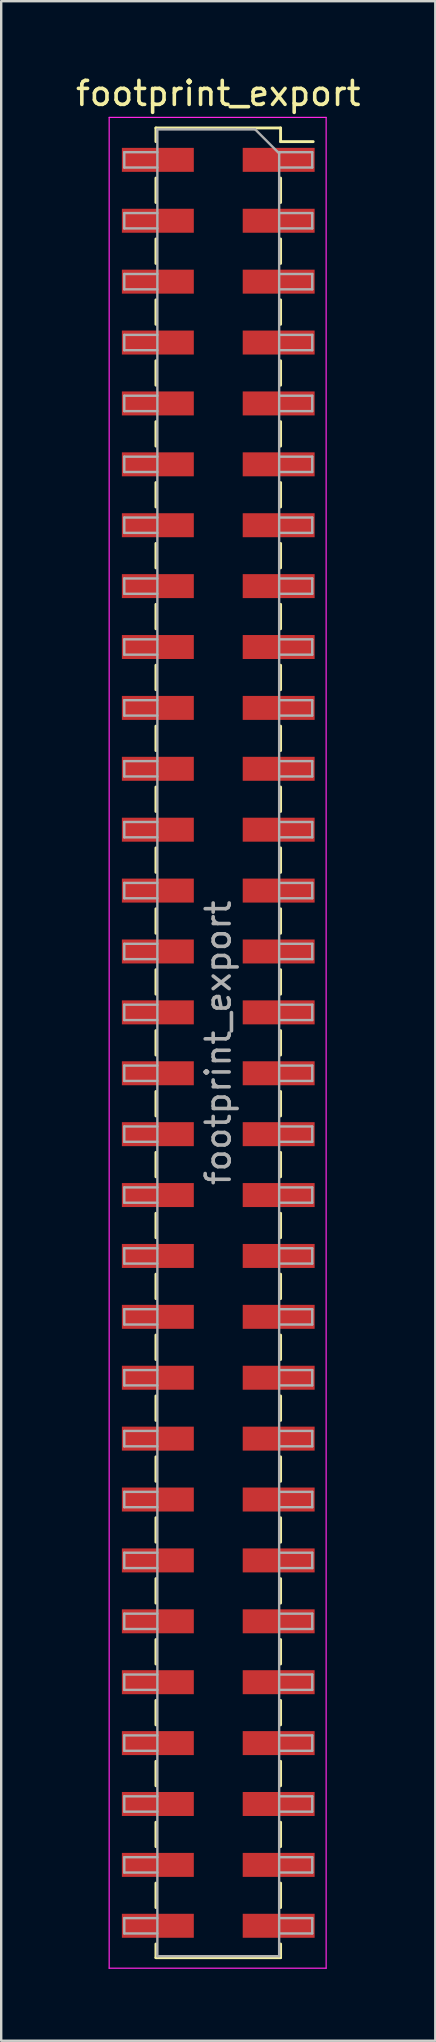
<source format=kicad_pcb>
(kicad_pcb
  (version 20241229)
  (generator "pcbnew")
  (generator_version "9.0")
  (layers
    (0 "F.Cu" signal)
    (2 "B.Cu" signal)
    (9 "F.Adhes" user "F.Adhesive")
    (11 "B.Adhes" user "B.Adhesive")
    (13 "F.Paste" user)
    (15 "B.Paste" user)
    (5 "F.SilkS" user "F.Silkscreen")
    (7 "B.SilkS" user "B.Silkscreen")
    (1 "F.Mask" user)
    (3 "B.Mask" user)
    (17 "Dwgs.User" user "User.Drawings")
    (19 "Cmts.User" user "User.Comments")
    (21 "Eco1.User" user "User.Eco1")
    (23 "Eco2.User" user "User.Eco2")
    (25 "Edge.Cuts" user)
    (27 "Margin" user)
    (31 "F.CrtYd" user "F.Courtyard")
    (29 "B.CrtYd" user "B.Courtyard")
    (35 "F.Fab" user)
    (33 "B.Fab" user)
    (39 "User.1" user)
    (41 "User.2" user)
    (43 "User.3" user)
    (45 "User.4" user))
  (footprint "footprint_export"
    (layer "F.Cu")
    (at 6.054 40.448)
    (property "Reference" "footprint_export" (at 0 -39.6 0) (layer "F.SilkS") (effects (font (size 1 1) (thickness 0.15))))
    (attr smd)
    (fp_line (start -2.6 -38.16) (end -2.6 -37.59) (stroke (width 0.12) (type solid)) (layer "F.SilkS"))
    (fp_line (start -2.6 -38.16) (end 2.6 -38.16) (stroke (width 0.12) (type solid)) (layer "F.SilkS"))
    (fp_line (start -2.6 -36.07) (end -2.6 -35.05) (stroke (width 0.12) (type solid)) (layer "F.SilkS"))
    (fp_line (start -2.6 -33.53) (end -2.6 -32.51) (stroke (width 0.12) (type solid)) (layer "F.SilkS"))
    (fp_line (start -2.6 -30.99) (end -2.6 -29.97) (stroke (width 0.12) (type solid)) (layer "F.SilkS"))
    (fp_line (start -2.6 -28.45) (end -2.6 -27.43) (stroke (width 0.12) (type solid)) (layer "F.SilkS"))
    (fp_line (start -2.6 -25.91) (end -2.6 -24.89) (stroke (width 0.12) (type solid)) (layer "F.SilkS"))
    (fp_line (start -2.6 -23.37) (end -2.6 -22.35) (stroke (width 0.12) (type solid)) (layer "F.SilkS"))
    (fp_line (start -2.6 -20.83) (end -2.6 -19.81) (stroke (width 0.12) (type solid)) (layer "F.SilkS"))
    (fp_line (start -2.6 -18.29) (end -2.6 -17.27) (stroke (width 0.12) (type solid)) (layer "F.SilkS"))
    (fp_line (start -2.6 -15.75) (end -2.6 -14.73) (stroke (width 0.12) (type solid)) (layer "F.SilkS"))
    (fp_line (start -2.6 -13.21) (end -2.6 -12.19) (stroke (width 0.12) (type solid)) (layer "F.SilkS"))
    (fp_line (start -2.6 -10.67) (end -2.6 -9.65) (stroke (width 0.12) (type solid)) (layer "F.SilkS"))
    (fp_line (start -2.6 -8.13) (end -2.6 -7.11) (stroke (width 0.12) (type solid)) (layer "F.SilkS"))
    (fp_line (start -2.6 -5.59) (end -2.6 -4.57) (stroke (width 0.12) (type solid)) (layer "F.SilkS"))
    (fp_line (start -2.6 -3.05) (end -2.6 -2.03) (stroke (width 0.12) (type solid)) (layer "F.SilkS"))
    (fp_line (start -2.6 -0.51) (end -2.6 0.51) (stroke (width 0.12) (type solid)) (layer "F.SilkS"))
    (fp_line (start -2.6 2.03) (end -2.6 3.05) (stroke (width 0.12) (type solid)) (layer "F.SilkS"))
    (fp_line (start -2.6 4.57) (end -2.6 5.59) (stroke (width 0.12) (type solid)) (layer "F.SilkS"))
    (fp_line (start -2.6 7.11) (end -2.6 8.13) (stroke (width 0.12) (type solid)) (layer "F.SilkS"))
    (fp_line (start -2.6 9.65) (end -2.6 10.67) (stroke (width 0.12) (type solid)) (layer "F.SilkS"))
    (fp_line (start -2.6 12.19) (end -2.6 13.21) (stroke (width 0.12) (type solid)) (layer "F.SilkS"))
    (fp_line (start -2.6 14.73) (end -2.6 15.75) (stroke (width 0.12) (type solid)) (layer "F.SilkS"))
    (fp_line (start -2.6 17.27) (end -2.6 18.29) (stroke (width 0.12) (type solid)) (layer "F.SilkS"))
    (fp_line (start -2.6 19.81) (end -2.6 20.83) (stroke (width 0.12) (type solid)) (layer "F.SilkS"))
    (fp_line (start -2.6 22.35) (end -2.6 23.37) (stroke (width 0.12) (type solid)) (layer "F.SilkS"))
    (fp_line (start -2.6 24.89) (end -2.6 25.91) (stroke (width 0.12) (type solid)) (layer "F.SilkS"))
    (fp_line (start -2.6 27.43) (end -2.6 28.45) (stroke (width 0.12) (type solid)) (layer "F.SilkS"))
    (fp_line (start -2.6 29.97) (end -2.6 30.99) (stroke (width 0.12) (type solid)) (layer "F.SilkS"))
    (fp_line (start -2.6 32.51) (end -2.6 33.53) (stroke (width 0.12) (type solid)) (layer "F.SilkS"))
    (fp_line (start -2.6 35.05) (end -2.6 36.07) (stroke (width 0.12) (type solid)) (layer "F.SilkS"))
    (fp_line (start -2.6 37.59) (end -2.6 38.16) (stroke (width 0.12) (type solid)) (layer "F.SilkS"))
    (fp_line (start -2.6 38.16) (end 2.6 38.16) (stroke (width 0.12) (type solid)) (layer "F.SilkS"))
    (fp_line (start 2.6 -38.16) (end 2.6 -37.59) (stroke (width 0.12) (type solid)) (layer "F.SilkS"))
    (fp_line (start 2.6 -37.59) (end 3.96 -37.59) (stroke (width 0.12) (type solid)) (layer "F.SilkS"))
    (fp_line (start 2.6 -36.07) (end 2.6 -35.05) (stroke (width 0.12) (type solid)) (layer "F.SilkS"))
    (fp_line (start 2.6 -33.53) (end 2.6 -32.51) (stroke (width 0.12) (type solid)) (layer "F.SilkS"))
    (fp_line (start 2.6 -30.99) (end 2.6 -29.97) (stroke (width 0.12) (type solid)) (layer "F.SilkS"))
    (fp_line (start 2.6 -28.45) (end 2.6 -27.43) (stroke (width 0.12) (type solid)) (layer "F.SilkS"))
    (fp_line (start 2.6 -25.91) (end 2.6 -24.89) (stroke (width 0.12) (type solid)) (layer "F.SilkS"))
    (fp_line (start 2.6 -23.37) (end 2.6 -22.35) (stroke (width 0.12) (type solid)) (layer "F.SilkS"))
    (fp_line (start 2.6 -20.83) (end 2.6 -19.81) (stroke (width 0.12) (type solid)) (layer "F.SilkS"))
    (fp_line (start 2.6 -18.29) (end 2.6 -17.27) (stroke (width 0.12) (type solid)) (layer "F.SilkS"))
    (fp_line (start 2.6 -15.75) (end 2.6 -14.73) (stroke (width 0.12) (type solid)) (layer "F.SilkS"))
    (fp_line (start 2.6 -13.21) (end 2.6 -12.19) (stroke (width 0.12) (type solid)) (layer "F.SilkS"))
    (fp_line (start 2.6 -10.67) (end 2.6 -9.65) (stroke (width 0.12) (type solid)) (layer "F.SilkS"))
    (fp_line (start 2.6 -8.13) (end 2.6 -7.11) (stroke (width 0.12) (type solid)) (layer "F.SilkS"))
    (fp_line (start 2.6 -5.59) (end 2.6 -4.57) (stroke (width 0.12) (type solid)) (layer "F.SilkS"))
    (fp_line (start 2.6 -3.05) (end 2.6 -2.03) (stroke (width 0.12) (type solid)) (layer "F.SilkS"))
    (fp_line (start 2.6 -0.51) (end 2.6 0.51) (stroke (width 0.12) (type solid)) (layer "F.SilkS"))
    (fp_line (start 2.6 2.03) (end 2.6 3.05) (stroke (width 0.12) (type solid)) (layer "F.SilkS"))
    (fp_line (start 2.6 4.57) (end 2.6 5.59) (stroke (width 0.12) (type solid)) (layer "F.SilkS"))
    (fp_line (start 2.6 7.11) (end 2.6 8.13) (stroke (width 0.12) (type solid)) (layer "F.SilkS"))
    (fp_line (start 2.6 9.65) (end 2.6 10.67) (stroke (width 0.12) (type solid)) (layer "F.SilkS"))
    (fp_line (start 2.6 12.19) (end 2.6 13.21) (stroke (width 0.12) (type solid)) (layer "F.SilkS"))
    (fp_line (start 2.6 14.73) (end 2.6 15.75) (stroke (width 0.12) (type solid)) (layer "F.SilkS"))
    (fp_line (start 2.6 17.27) (end 2.6 18.29) (stroke (width 0.12) (type solid)) (layer "F.SilkS"))
    (fp_line (start 2.6 19.81) (end 2.6 20.83) (stroke (width 0.12) (type solid)) (layer "F.SilkS"))
    (fp_line (start 2.6 22.35) (end 2.6 23.37) (stroke (width 0.12) (type solid)) (layer "F.SilkS"))
    (fp_line (start 2.6 24.89) (end 2.6 25.91) (stroke (width 0.12) (type solid)) (layer "F.SilkS"))
    (fp_line (start 2.6 27.43) (end 2.6 28.45) (stroke (width 0.12) (type solid)) (layer "F.SilkS"))
    (fp_line (start 2.6 29.97) (end 2.6 30.99) (stroke (width 0.12) (type solid)) (layer "F.SilkS"))
    (fp_line (start 2.6 32.51) (end 2.6 33.53) (stroke (width 0.12) (type solid)) (layer "F.SilkS"))
    (fp_line (start 2.6 35.05) (end 2.6 36.07) (stroke (width 0.12) (type solid)) (layer "F.SilkS"))
    (fp_line (start 2.6 37.59) (end 2.6 38.16) (stroke (width 0.12) (type solid)) (layer "F.SilkS"))
    (fp_line (start -4.55 -38.6) (end 4.5 -38.6) (stroke (width 0.05) (type solid)) (layer "F.CrtYd"))
    (fp_line (start -4.55 38.6) (end -4.55 -38.6) (stroke (width 0.05) (type solid)) (layer "F.CrtYd"))
    (fp_line (start 4.5 -38.6) (end 4.5 38.6) (stroke (width 0.05) (type solid)) (layer "F.CrtYd"))
    (fp_line (start 4.5 38.6) (end -4.55 38.6) (stroke (width 0.05) (type solid)) (layer "F.CrtYd"))
    (fp_line (start -3.92 -37.15) (end -2.54 -37.15) (stroke (width 0.1) (type solid)) (layer "F.Fab"))
    (fp_line (start -3.92 -36.51) (end -3.92 -37.15) (stroke (width 0.1) (type solid)) (layer "F.Fab"))
    (fp_line (start -3.92 -34.61) (end -2.54 -34.61) (stroke (width 0.1) (type solid)) (layer "F.Fab"))
    (fp_line (start -3.92 -33.97) (end -3.92 -34.61) (stroke (width 0.1) (type solid)) (layer "F.Fab"))
    (fp_line (start -3.92 -32.07) (end -2.54 -32.07) (stroke (width 0.1) (type solid)) (layer "F.Fab"))
    (fp_line (start -3.92 -31.43) (end -3.92 -32.07) (stroke (width 0.1) (type solid)) (layer "F.Fab"))
    (fp_line (start -3.92 -29.53) (end -2.54 -29.53) (stroke (width 0.1) (type solid)) (layer "F.Fab"))
    (fp_line (start -3.92 -28.89) (end -3.92 -29.53) (stroke (width 0.1) (type solid)) (layer "F.Fab"))
    (fp_line (start -3.92 -26.99) (end -2.54 -26.99) (stroke (width 0.1) (type solid)) (layer "F.Fab"))
    (fp_line (start -3.92 -26.35) (end -3.92 -26.99) (stroke (width 0.1) (type solid)) (layer "F.Fab"))
    (fp_line (start -3.92 -24.45) (end -2.54 -24.45) (stroke (width 0.1) (type solid)) (layer "F.Fab"))
    (fp_line (start -3.92 -23.81) (end -3.92 -24.45) (stroke (width 0.1) (type solid)) (layer "F.Fab"))
    (fp_line (start -3.92 -21.91) (end -2.54 -21.91) (stroke (width 0.1) (type solid)) (layer "F.Fab"))
    (fp_line (start -3.92 -21.27) (end -3.92 -21.91) (stroke (width 0.1) (type solid)) (layer "F.Fab"))
    (fp_line (start -3.92 -19.37) (end -2.54 -19.37) (stroke (width 0.1) (type solid)) (layer "F.Fab"))
    (fp_line (start -3.92 -18.73) (end -3.92 -19.37) (stroke (width 0.1) (type solid)) (layer "F.Fab"))
    (fp_line (start -3.92 -16.83) (end -2.54 -16.83) (stroke (width 0.1) (type solid)) (layer "F.Fab"))
    (fp_line (start -3.92 -16.19) (end -3.92 -16.83) (stroke (width 0.1) (type solid)) (layer "F.Fab"))
    (fp_line (start -3.92 -14.29) (end -2.54 -14.29) (stroke (width 0.1) (type solid)) (layer "F.Fab"))
    (fp_line (start -3.92 -13.65) (end -3.92 -14.29) (stroke (width 0.1) (type solid)) (layer "F.Fab"))
    (fp_line (start -3.92 -11.75) (end -2.54 -11.75) (stroke (width 0.1) (type solid)) (layer "F.Fab"))
    (fp_line (start -3.92 -11.11) (end -3.92 -11.75) (stroke (width 0.1) (type solid)) (layer "F.Fab"))
    (fp_line (start -3.92 -9.21) (end -2.54 -9.21) (stroke (width 0.1) (type solid)) (layer "F.Fab"))
    (fp_line (start -3.92 -8.57) (end -3.92 -9.21) (stroke (width 0.1) (type solid)) (layer "F.Fab"))
    (fp_line (start -3.92 -6.67) (end -2.54 -6.67) (stroke (width 0.1) (type solid)) (layer "F.Fab"))
    (fp_line (start -3.92 -6.03) (end -3.92 -6.67) (stroke (width 0.1) (type solid)) (layer "F.Fab"))
    (fp_line (start -3.92 -4.13) (end -2.54 -4.13) (stroke (width 0.1) (type solid)) (layer "F.Fab"))
    (fp_line (start -3.92 -3.49) (end -3.92 -4.13) (stroke (width 0.1) (type solid)) (layer "F.Fab"))
    (fp_line (start -3.92 -1.59) (end -2.54 -1.59) (stroke (width 0.1) (type solid)) (layer "F.Fab"))
    (fp_line (start -3.92 -0.95) (end -3.92 -1.59) (stroke (width 0.1) (type solid)) (layer "F.Fab"))
    (fp_line (start -3.92 0.95) (end -2.54 0.95) (stroke (width 0.1) (type solid)) (layer "F.Fab"))
    (fp_line (start -3.92 1.59) (end -3.92 0.95) (stroke (width 0.1) (type solid)) (layer "F.Fab"))
    (fp_line (start -3.92 3.49) (end -2.54 3.49) (stroke (width 0.1) (type solid)) (layer "F.Fab"))
    (fp_line (start -3.92 4.13) (end -3.92 3.49) (stroke (width 0.1) (type solid)) (layer "F.Fab"))
    (fp_line (start -3.92 6.03) (end -2.54 6.03) (stroke (width 0.1) (type solid)) (layer "F.Fab"))
    (fp_line (start -3.92 6.67) (end -3.92 6.03) (stroke (width 0.1) (type solid)) (layer "F.Fab"))
    (fp_line (start -3.92 8.57) (end -2.54 8.57) (stroke (width 0.1) (type solid)) (layer "F.Fab"))
    (fp_line (start -3.92 9.21) (end -3.92 8.57) (stroke (width 0.1) (type solid)) (layer "F.Fab"))
    (fp_line (start -3.92 11.11) (end -2.54 11.11) (stroke (width 0.1) (type solid)) (layer "F.Fab"))
    (fp_line (start -3.92 11.75) (end -3.92 11.11) (stroke (width 0.1) (type solid)) (layer "F.Fab"))
    (fp_line (start -3.92 13.65) (end -2.54 13.65) (stroke (width 0.1) (type solid)) (layer "F.Fab"))
    (fp_line (start -3.92 14.29) (end -3.92 13.65) (stroke (width 0.1) (type solid)) (layer "F.Fab"))
    (fp_line (start -3.92 16.19) (end -2.54 16.19) (stroke (width 0.1) (type solid)) (layer "F.Fab"))
    (fp_line (start -3.92 16.83) (end -3.92 16.19) (stroke (width 0.1) (type solid)) (layer "F.Fab"))
    (fp_line (start -3.92 18.73) (end -2.54 18.73) (stroke (width 0.1) (type solid)) (layer "F.Fab"))
    (fp_line (start -3.92 19.37) (end -3.92 18.73) (stroke (width 0.1) (type solid)) (layer "F.Fab"))
    (fp_line (start -3.92 21.27) (end -2.54 21.27) (stroke (width 0.1) (type solid)) (layer "F.Fab"))
    (fp_line (start -3.92 21.91) (end -3.92 21.27) (stroke (width 0.1) (type solid)) (layer "F.Fab"))
    (fp_line (start -3.92 23.81) (end -2.54 23.81) (stroke (width 0.1) (type solid)) (layer "F.Fab"))
    (fp_line (start -3.92 24.45) (end -3.92 23.81) (stroke (width 0.1) (type solid)) (layer "F.Fab"))
    (fp_line (start -3.92 26.35) (end -2.54 26.35) (stroke (width 0.1) (type solid)) (layer "F.Fab"))
    (fp_line (start -3.92 26.99) (end -3.92 26.35) (stroke (width 0.1) (type solid)) (layer "F.Fab"))
    (fp_line (start -3.92 28.89) (end -2.54 28.89) (stroke (width 0.1) (type solid)) (layer "F.Fab"))
    (fp_line (start -3.92 29.53) (end -3.92 28.89) (stroke (width 0.1) (type solid)) (layer "F.Fab"))
    (fp_line (start -3.92 31.43) (end -2.54 31.43) (stroke (width 0.1) (type solid)) (layer "F.Fab"))
    (fp_line (start -3.92 32.07) (end -3.92 31.43) (stroke (width 0.1) (type solid)) (layer "F.Fab"))
    (fp_line (start -3.92 33.97) (end -2.54 33.97) (stroke (width 0.1) (type solid)) (layer "F.Fab"))
    (fp_line (start -3.92 34.61) (end -3.92 33.97) (stroke (width 0.1) (type solid)) (layer "F.Fab"))
    (fp_line (start -3.92 36.51) (end -2.54 36.51) (stroke (width 0.1) (type solid)) (layer "F.Fab"))
    (fp_line (start -3.92 37.15) (end -3.92 36.51) (stroke (width 0.1) (type solid)) (layer "F.Fab"))
    (fp_line (start -2.54 -38.1) (end 1.54 -38.1) (stroke (width 0.1) (type solid)) (layer "F.Fab"))
    (fp_line (start -2.54 -36.51) (end -3.92 -36.51) (stroke (width 0.1) (type solid)) (layer "F.Fab"))
    (fp_line (start -2.54 -33.97) (end -3.92 -33.97) (stroke (width 0.1) (type solid)) (layer "F.Fab"))
    (fp_line (start -2.54 -31.43) (end -3.92 -31.43) (stroke (width 0.1) (type solid)) (layer "F.Fab"))
    (fp_line (start -2.54 -28.89) (end -3.92 -28.89) (stroke (width 0.1) (type solid)) (layer "F.Fab"))
    (fp_line (start -2.54 -26.35) (end -3.92 -26.35) (stroke (width 0.1) (type solid)) (layer "F.Fab"))
    (fp_line (start -2.54 -23.81) (end -3.92 -23.81) (stroke (width 0.1) (type solid)) (layer "F.Fab"))
    (fp_line (start -2.54 -21.27) (end -3.92 -21.27) (stroke (width 0.1) (type solid)) (layer "F.Fab"))
    (fp_line (start -2.54 -18.73) (end -3.92 -18.73) (stroke (width 0.1) (type solid)) (layer "F.Fab"))
    (fp_line (start -2.54 -16.19) (end -3.92 -16.19) (stroke (width 0.1) (type solid)) (layer "F.Fab"))
    (fp_line (start -2.54 -13.65) (end -3.92 -13.65) (stroke (width 0.1) (type solid)) (layer "F.Fab"))
    (fp_line (start -2.54 -11.11) (end -3.92 -11.11) (stroke (width 0.1) (type solid)) (layer "F.Fab"))
    (fp_line (start -2.54 -8.57) (end -3.92 -8.57) (stroke (width 0.1) (type solid)) (layer "F.Fab"))
    (fp_line (start -2.54 -6.03) (end -3.92 -6.03) (stroke (width 0.1) (type solid)) (layer "F.Fab"))
    (fp_line (start -2.54 -3.49) (end -3.92 -3.49) (stroke (width 0.1) (type solid)) (layer "F.Fab"))
    (fp_line (start -2.54 -0.95) (end -3.92 -0.95) (stroke (width 0.1) (type solid)) (layer "F.Fab"))
    (fp_line (start -2.54 1.59) (end -3.92 1.59) (stroke (width 0.1) (type solid)) (layer "F.Fab"))
    (fp_line (start -2.54 4.13) (end -3.92 4.13) (stroke (width 0.1) (type solid)) (layer "F.Fab"))
    (fp_line (start -2.54 6.67) (end -3.92 6.67) (stroke (width 0.1) (type solid)) (layer "F.Fab"))
    (fp_line (start -2.54 9.21) (end -3.92 9.21) (stroke (width 0.1) (type solid)) (layer "F.Fab"))
    (fp_line (start -2.54 11.75) (end -3.92 11.75) (stroke (width 0.1) (type solid)) (layer "F.Fab"))
    (fp_line (start -2.54 14.29) (end -3.92 14.29) (stroke (width 0.1) (type solid)) (layer "F.Fab"))
    (fp_line (start -2.54 16.83) (end -3.92 16.83) (stroke (width 0.1) (type solid)) (layer "F.Fab"))
    (fp_line (start -2.54 19.37) (end -3.92 19.37) (stroke (width 0.1) (type solid)) (layer "F.Fab"))
    (fp_line (start -2.54 21.91) (end -3.92 21.91) (stroke (width 0.1) (type solid)) (layer "F.Fab"))
    (fp_line (start -2.54 24.45) (end -3.92 24.45) (stroke (width 0.1) (type solid)) (layer "F.Fab"))
    (fp_line (start -2.54 26.99) (end -3.92 26.99) (stroke (width 0.1) (type solid)) (layer "F.Fab"))
    (fp_line (start -2.54 29.53) (end -3.92 29.53) (stroke (width 0.1) (type solid)) (layer "F.Fab"))
    (fp_line (start -2.54 32.07) (end -3.92 32.07) (stroke (width 0.1) (type solid)) (layer "F.Fab"))
    (fp_line (start -2.54 34.61) (end -3.92 34.61) (stroke (width 0.1) (type solid)) (layer "F.Fab"))
    (fp_line (start -2.54 37.15) (end -3.92 37.15) (stroke (width 0.1) (type solid)) (layer "F.Fab"))
    (fp_line (start -2.54 38.1) (end -2.54 -38.1) (stroke (width 0.1) (type solid)) (layer "F.Fab"))
    (fp_line (start 1.54 -38.1) (end 2.54 -37.1) (stroke (width 0.1) (type solid)) (layer "F.Fab"))
    (fp_line (start 2.54 -37.15) (end 3.92 -37.15) (stroke (width 0.1) (type solid)) (layer "F.Fab"))
    (fp_line (start 2.54 -37.1) (end 2.54 38.1) (stroke (width 0.1) (type solid)) (layer "F.Fab"))
    (fp_line (start 2.54 -34.61) (end 3.92 -34.61) (stroke (width 0.1) (type solid)) (layer "F.Fab"))
    (fp_line (start 2.54 -32.07) (end 3.92 -32.07) (stroke (width 0.1) (type solid)) (layer "F.Fab"))
    (fp_line (start 2.54 -29.53) (end 3.92 -29.53) (stroke (width 0.1) (type solid)) (layer "F.Fab"))
    (fp_line (start 2.54 -26.99) (end 3.92 -26.99) (stroke (width 0.1) (type solid)) (layer "F.Fab"))
    (fp_line (start 2.54 -24.45) (end 3.92 -24.45) (stroke (width 0.1) (type solid)) (layer "F.Fab"))
    (fp_line (start 2.54 -21.91) (end 3.92 -21.91) (stroke (width 0.1) (type solid)) (layer "F.Fab"))
    (fp_line (start 2.54 -19.37) (end 3.92 -19.37) (stroke (width 0.1) (type solid)) (layer "F.Fab"))
    (fp_line (start 2.54 -16.83) (end 3.92 -16.83) (stroke (width 0.1) (type solid)) (layer "F.Fab"))
    (fp_line (start 2.54 -14.29) (end 3.92 -14.29) (stroke (width 0.1) (type solid)) (layer "F.Fab"))
    (fp_line (start 2.54 -11.75) (end 3.92 -11.75) (stroke (width 0.1) (type solid)) (layer "F.Fab"))
    (fp_line (start 2.54 -9.21) (end 3.92 -9.21) (stroke (width 0.1) (type solid)) (layer "F.Fab"))
    (fp_line (start 2.54 -6.67) (end 3.92 -6.67) (stroke (width 0.1) (type solid)) (layer "F.Fab"))
    (fp_line (start 2.54 -4.13) (end 3.92 -4.13) (stroke (width 0.1) (type solid)) (layer "F.Fab"))
    (fp_line (start 2.54 -1.59) (end 3.92 -1.59) (stroke (width 0.1) (type solid)) (layer "F.Fab"))
    (fp_line (start 2.54 0.95) (end 3.92 0.95) (stroke (width 0.1) (type solid)) (layer "F.Fab"))
    (fp_line (start 2.54 3.49) (end 3.92 3.49) (stroke (width 0.1) (type solid)) (layer "F.Fab"))
    (fp_line (start 2.54 6.03) (end 3.92 6.03) (stroke (width 0.1) (type solid)) (layer "F.Fab"))
    (fp_line (start 2.54 8.57) (end 3.92 8.57) (stroke (width 0.1) (type solid)) (layer "F.Fab"))
    (fp_line (start 2.54 11.11) (end 3.92 11.11) (stroke (width 0.1) (type solid)) (layer "F.Fab"))
    (fp_line (start 2.54 13.65) (end 3.92 13.65) (stroke (width 0.1) (type solid)) (layer "F.Fab"))
    (fp_line (start 2.54 16.19) (end 3.92 16.19) (stroke (width 0.1) (type solid)) (layer "F.Fab"))
    (fp_line (start 2.54 18.73) (end 3.92 18.73) (stroke (width 0.1) (type solid)) (layer "F.Fab"))
    (fp_line (start 2.54 21.27) (end 3.92 21.27) (stroke (width 0.1) (type solid)) (layer "F.Fab"))
    (fp_line (start 2.54 23.81) (end 3.92 23.81) (stroke (width 0.1) (type solid)) (layer "F.Fab"))
    (fp_line (start 2.54 26.35) (end 3.92 26.35) (stroke (width 0.1) (type solid)) (layer "F.Fab"))
    (fp_line (start 2.54 28.89) (end 3.92 28.89) (stroke (width 0.1) (type solid)) (layer "F.Fab"))
    (fp_line (start 2.54 31.43) (end 3.92 31.43) (stroke (width 0.1) (type solid)) (layer "F.Fab"))
    (fp_line (start 2.54 33.97) (end 3.92 33.97) (stroke (width 0.1) (type solid)) (layer "F.Fab"))
    (fp_line (start 2.54 36.51) (end 3.92 36.51) (stroke (width 0.1) (type solid)) (layer "F.Fab"))
    (fp_line (start 2.54 38.1) (end -2.54 38.1) (stroke (width 0.1) (type solid)) (layer "F.Fab"))
    (fp_line (start 3.92 -37.15) (end 3.92 -36.51) (stroke (width 0.1) (type solid)) (layer "F.Fab"))
    (fp_line (start 3.92 -36.51) (end 2.54 -36.51) (stroke (width 0.1) (type solid)) (layer "F.Fab"))
    (fp_line (start 3.92 -34.61) (end 3.92 -33.97) (stroke (width 0.1) (type solid)) (layer "F.Fab"))
    (fp_line (start 3.92 -33.97) (end 2.54 -33.97) (stroke (width 0.1) (type solid)) (layer "F.Fab"))
    (fp_line (start 3.92 -32.07) (end 3.92 -31.43) (stroke (width 0.1) (type solid)) (layer "F.Fab"))
    (fp_line (start 3.92 -31.43) (end 2.54 -31.43) (stroke (width 0.1) (type solid)) (layer "F.Fab"))
    (fp_line (start 3.92 -29.53) (end 3.92 -28.89) (stroke (width 0.1) (type solid)) (layer "F.Fab"))
    (fp_line (start 3.92 -28.89) (end 2.54 -28.89) (stroke (width 0.1) (type solid)) (layer "F.Fab"))
    (fp_line (start 3.92 -26.99) (end 3.92 -26.35) (stroke (width 0.1) (type solid)) (layer "F.Fab"))
    (fp_line (start 3.92 -26.35) (end 2.54 -26.35) (stroke (width 0.1) (type solid)) (layer "F.Fab"))
    (fp_line (start 3.92 -24.45) (end 3.92 -23.81) (stroke (width 0.1) (type solid)) (layer "F.Fab"))
    (fp_line (start 3.92 -23.81) (end 2.54 -23.81) (stroke (width 0.1) (type solid)) (layer "F.Fab"))
    (fp_line (start 3.92 -21.91) (end 3.92 -21.27) (stroke (width 0.1) (type solid)) (layer "F.Fab"))
    (fp_line (start 3.92 -21.27) (end 2.54 -21.27) (stroke (width 0.1) (type solid)) (layer "F.Fab"))
    (fp_line (start 3.92 -19.37) (end 3.92 -18.73) (stroke (width 0.1) (type solid)) (layer "F.Fab"))
    (fp_line (start 3.92 -18.73) (end 2.54 -18.73) (stroke (width 0.1) (type solid)) (layer "F.Fab"))
    (fp_line (start 3.92 -16.83) (end 3.92 -16.19) (stroke (width 0.1) (type solid)) (layer "F.Fab"))
    (fp_line (start 3.92 -16.19) (end 2.54 -16.19) (stroke (width 0.1) (type solid)) (layer "F.Fab"))
    (fp_line (start 3.92 -14.29) (end 3.92 -13.65) (stroke (width 0.1) (type solid)) (layer "F.Fab"))
    (fp_line (start 3.92 -13.65) (end 2.54 -13.65) (stroke (width 0.1) (type solid)) (layer "F.Fab"))
    (fp_line (start 3.92 -11.75) (end 3.92 -11.11) (stroke (width 0.1) (type solid)) (layer "F.Fab"))
    (fp_line (start 3.92 -11.11) (end 2.54 -11.11) (stroke (width 0.1) (type solid)) (layer "F.Fab"))
    (fp_line (start 3.92 -9.21) (end 3.92 -8.57) (stroke (width 0.1) (type solid)) (layer "F.Fab"))
    (fp_line (start 3.92 -8.57) (end 2.54 -8.57) (stroke (width 0.1) (type solid)) (layer "F.Fab"))
    (fp_line (start 3.92 -6.67) (end 3.92 -6.03) (stroke (width 0.1) (type solid)) (layer "F.Fab"))
    (fp_line (start 3.92 -6.03) (end 2.54 -6.03) (stroke (width 0.1) (type solid)) (layer "F.Fab"))
    (fp_line (start 3.92 -4.13) (end 3.92 -3.49) (stroke (width 0.1) (type solid)) (layer "F.Fab"))
    (fp_line (start 3.92 -3.49) (end 2.54 -3.49) (stroke (width 0.1) (type solid)) (layer "F.Fab"))
    (fp_line (start 3.92 -1.59) (end 3.92 -0.95) (stroke (width 0.1) (type solid)) (layer "F.Fab"))
    (fp_line (start 3.92 -0.95) (end 2.54 -0.95) (stroke (width 0.1) (type solid)) (layer "F.Fab"))
    (fp_line (start 3.92 0.95) (end 3.92 1.59) (stroke (width 0.1) (type solid)) (layer "F.Fab"))
    (fp_line (start 3.92 1.59) (end 2.54 1.59) (stroke (width 0.1) (type solid)) (layer "F.Fab"))
    (fp_line (start 3.92 3.49) (end 3.92 4.13) (stroke (width 0.1) (type solid)) (layer "F.Fab"))
    (fp_line (start 3.92 4.13) (end 2.54 4.13) (stroke (width 0.1) (type solid)) (layer "F.Fab"))
    (fp_line (start 3.92 6.03) (end 3.92 6.67) (stroke (width 0.1) (type solid)) (layer "F.Fab"))
    (fp_line (start 3.92 6.67) (end 2.54 6.67) (stroke (width 0.1) (type solid)) (layer "F.Fab"))
    (fp_line (start 3.92 8.57) (end 3.92 9.21) (stroke (width 0.1) (type solid)) (layer "F.Fab"))
    (fp_line (start 3.92 9.21) (end 2.54 9.21) (stroke (width 0.1) (type solid)) (layer "F.Fab"))
    (fp_line (start 3.92 11.11) (end 3.92 11.75) (stroke (width 0.1) (type solid)) (layer "F.Fab"))
    (fp_line (start 3.92 11.75) (end 2.54 11.75) (stroke (width 0.1) (type solid)) (layer "F.Fab"))
    (fp_line (start 3.92 13.65) (end 3.92 14.29) (stroke (width 0.1) (type solid)) (layer "F.Fab"))
    (fp_line (start 3.92 14.29) (end 2.54 14.29) (stroke (width 0.1) (type solid)) (layer "F.Fab"))
    (fp_line (start 3.92 16.19) (end 3.92 16.83) (stroke (width 0.1) (type solid)) (layer "F.Fab"))
    (fp_line (start 3.92 16.83) (end 2.54 16.83) (stroke (width 0.1) (type solid)) (layer "F.Fab"))
    (fp_line (start 3.92 18.73) (end 3.92 19.37) (stroke (width 0.1) (type solid)) (layer "F.Fab"))
    (fp_line (start 3.92 19.37) (end 2.54 19.37) (stroke (width 0.1) (type solid)) (layer "F.Fab"))
    (fp_line (start 3.92 21.27) (end 3.92 21.91) (stroke (width 0.1) (type solid)) (layer "F.Fab"))
    (fp_line (start 3.92 21.91) (end 2.54 21.91) (stroke (width 0.1) (type solid)) (layer "F.Fab"))
    (fp_line (start 3.92 23.81) (end 3.92 24.45) (stroke (width 0.1) (type solid)) (layer "F.Fab"))
    (fp_line (start 3.92 24.45) (end 2.54 24.45) (stroke (width 0.1) (type solid)) (layer "F.Fab"))
    (fp_line (start 3.92 26.35) (end 3.92 26.99) (stroke (width 0.1) (type solid)) (layer "F.Fab"))
    (fp_line (start 3.92 26.99) (end 2.54 26.99) (stroke (width 0.1) (type solid)) (layer "F.Fab"))
    (fp_line (start 3.92 28.89) (end 3.92 29.53) (stroke (width 0.1) (type solid)) (layer "F.Fab"))
    (fp_line (start 3.92 29.53) (end 2.54 29.53) (stroke (width 0.1) (type solid)) (layer "F.Fab"))
    (fp_line (start 3.92 31.43) (end 3.92 32.07) (stroke (width 0.1) (type solid)) (layer "F.Fab"))
    (fp_line (start 3.92 32.07) (end 2.54 32.07) (stroke (width 0.1) (type solid)) (layer "F.Fab"))
    (fp_line (start 3.92 33.97) (end 3.92 34.61) (stroke (width 0.1) (type solid)) (layer "F.Fab"))
    (fp_line (start 3.92 34.61) (end 2.54 34.61) (stroke (width 0.1) (type solid)) (layer "F.Fab"))
    (fp_line (start 3.92 36.51) (end 3.92 37.15) (stroke (width 0.1) (type solid)) (layer "F.Fab"))
    (fp_line (start 3.92 37.15) (end 2.54 37.15) (stroke (width 0.1) (type solid)) (layer "F.Fab"))
    (fp_text user "${REFERENCE}" (at 0 0 90) (layer "F.Fab") (effects (font (size 1 1) (thickness 0.15))))
    (pad "1" smd rect (at 2.52 -36.83) (size 3 1) (layers "F.Cu" "F.Mask" "F.Paste"))
    (pad "2" smd rect (at -2.52 -36.83) (size 3 1) (layers "F.Cu" "F.Mask" "F.Paste"))
    (pad "3" smd rect (at 2.52 -34.29) (size 3 1) (layers "F.Cu" "F.Mask" "F.Paste"))
    (pad "4" smd rect (at -2.52 -34.29) (size 3 1) (layers "F.Cu" "F.Mask" "F.Paste"))
    (pad "5" smd rect (at 2.52 -31.75) (size 3 1) (layers "F.Cu" "F.Mask" "F.Paste"))
    (pad "6" smd rect (at -2.52 -31.75) (size 3 1) (layers "F.Cu" "F.Mask" "F.Paste"))
    (pad "7" smd rect (at 2.52 -29.21) (size 3 1) (layers "F.Cu" "F.Mask" "F.Paste"))
    (pad "8" smd rect (at -2.52 -29.21) (size 3 1) (layers "F.Cu" "F.Mask" "F.Paste"))
    (pad "9" smd rect (at 2.52 -26.67) (size 3 1) (layers "F.Cu" "F.Mask" "F.Paste"))
    (pad "10" smd rect (at -2.52 -26.67) (size 3 1) (layers "F.Cu" "F.Mask" "F.Paste"))
    (pad "11" smd rect (at 2.52 -24.13) (size 3 1) (layers "F.Cu" "F.Mask" "F.Paste"))
    (pad "12" smd rect (at -2.52 -24.13) (size 3 1) (layers "F.Cu" "F.Mask" "F.Paste"))
    (pad "13" smd rect (at 2.52 -21.59) (size 3 1) (layers "F.Cu" "F.Mask" "F.Paste"))
    (pad "14" smd rect (at -2.52 -21.59) (size 3 1) (layers "F.Cu" "F.Mask" "F.Paste"))
    (pad "15" smd rect (at 2.52 -19.05) (size 3 1) (layers "F.Cu" "F.Mask" "F.Paste"))
    (pad "16" smd rect (at -2.52 -19.05) (size 3 1) (layers "F.Cu" "F.Mask" "F.Paste"))
    (pad "17" smd rect (at 2.52 -16.51) (size 3 1) (layers "F.Cu" "F.Mask" "F.Paste"))
    (pad "18" smd rect (at -2.52 -16.51) (size 3 1) (layers "F.Cu" "F.Mask" "F.Paste"))
    (pad "19" smd rect (at 2.52 -13.97) (size 3 1) (layers "F.Cu" "F.Mask" "F.Paste"))
    (pad "20" smd rect (at -2.52 -13.97) (size 3 1) (layers "F.Cu" "F.Mask" "F.Paste"))
    (pad "21" smd rect (at 2.52 -11.43) (size 3 1) (layers "F.Cu" "F.Mask" "F.Paste"))
    (pad "22" smd rect (at -2.52 -11.43) (size 3 1) (layers "F.Cu" "F.Mask" "F.Paste"))
    (pad "23" smd rect (at 2.52 -8.89) (size 3 1) (layers "F.Cu" "F.Mask" "F.Paste"))
    (pad "24" smd rect (at -2.52 -8.89) (size 3 1) (layers "F.Cu" "F.Mask" "F.Paste"))
    (pad "25" smd rect (at 2.52 -6.35) (size 3 1) (layers "F.Cu" "F.Mask" "F.Paste"))
    (pad "26" smd rect (at -2.52 -6.35) (size 3 1) (layers "F.Cu" "F.Mask" "F.Paste"))
    (pad "27" smd rect (at 2.52 -3.81) (size 3 1) (layers "F.Cu" "F.Mask" "F.Paste"))
    (pad "28" smd rect (at -2.52 -3.81) (size 3 1) (layers "F.Cu" "F.Mask" "F.Paste"))
    (pad "29" smd rect (at 2.52 -1.27) (size 3 1) (layers "F.Cu" "F.Mask" "F.Paste"))
    (pad "30" smd rect (at -2.52 -1.27) (size 3 1) (layers "F.Cu" "F.Mask" "F.Paste"))
    (pad "31" smd rect (at 2.52 1.27) (size 3 1) (layers "F.Cu" "F.Mask" "F.Paste"))
    (pad "32" smd rect (at -2.52 1.27) (size 3 1) (layers "F.Cu" "F.Mask" "F.Paste"))
    (pad "33" smd rect (at 2.52 3.81) (size 3 1) (layers "F.Cu" "F.Mask" "F.Paste"))
    (pad "34" smd rect (at -2.52 3.81) (size 3 1) (layers "F.Cu" "F.Mask" "F.Paste"))
    (pad "35" smd rect (at 2.52 6.35) (size 3 1) (layers "F.Cu" "F.Mask" "F.Paste"))
    (pad "36" smd rect (at -2.52 6.35) (size 3 1) (layers "F.Cu" "F.Mask" "F.Paste"))
    (pad "37" smd rect (at 2.52 8.89) (size 3 1) (layers "F.Cu" "F.Mask" "F.Paste"))
    (pad "38" smd rect (at -2.52 8.89) (size 3 1) (layers "F.Cu" "F.Mask" "F.Paste"))
    (pad "39" smd rect (at 2.52 11.43) (size 3 1) (layers "F.Cu" "F.Mask" "F.Paste"))
    (pad "40" smd rect (at -2.52 11.43) (size 3 1) (layers "F.Cu" "F.Mask" "F.Paste"))
    (pad "41" smd rect (at 2.52 13.97) (size 3 1) (layers "F.Cu" "F.Mask" "F.Paste"))
    (pad "42" smd rect (at -2.52 13.97) (size 3 1) (layers "F.Cu" "F.Mask" "F.Paste"))
    (pad "43" smd rect (at 2.52 16.51) (size 3 1) (layers "F.Cu" "F.Mask" "F.Paste"))
    (pad "44" smd rect (at -2.52 16.51) (size 3 1) (layers "F.Cu" "F.Mask" "F.Paste"))
    (pad "45" smd rect (at 2.52 19.05) (size 3 1) (layers "F.Cu" "F.Mask" "F.Paste"))
    (pad "46" smd rect (at -2.52 19.05) (size 3 1) (layers "F.Cu" "F.Mask" "F.Paste"))
    (pad "47" smd rect (at 2.52 21.59) (size 3 1) (layers "F.Cu" "F.Mask" "F.Paste"))
    (pad "48" smd rect (at -2.52 21.59) (size 3 1) (layers "F.Cu" "F.Mask" "F.Paste"))
    (pad "49" smd rect (at 2.52 24.13) (size 3 1) (layers "F.Cu" "F.Mask" "F.Paste"))
    (pad "50" smd rect (at -2.52 24.13) (size 3 1) (layers "F.Cu" "F.Mask" "F.Paste"))
    (pad "51" smd rect (at 2.52 26.67) (size 3 1) (layers "F.Cu" "F.Mask" "F.Paste"))
    (pad "52" smd rect (at -2.52 26.67) (size 3 1) (layers "F.Cu" "F.Mask" "F.Paste"))
    (pad "53" smd rect (at 2.52 29.21) (size 3 1) (layers "F.Cu" "F.Mask" "F.Paste"))
    (pad "54" smd rect (at -2.52 29.21) (size 3 1) (layers "F.Cu" "F.Mask" "F.Paste"))
    (pad "55" smd rect (at 2.52 31.75) (size 3 1) (layers "F.Cu" "F.Mask" "F.Paste"))
    (pad "56" smd rect (at -2.52 31.75) (size 3 1) (layers "F.Cu" "F.Mask" "F.Paste"))
    (pad "57" smd rect (at 2.52 34.29) (size 3 1) (layers "F.Cu" "F.Mask" "F.Paste"))
    (pad "58" smd rect (at -2.52 34.29) (size 3 1) (layers "F.Cu" "F.Mask" "F.Paste"))
    (pad "59" smd rect (at 2.52 36.83) (size 3 1) (layers "F.Cu" "F.Mask" "F.Paste"))
    (pad "60" smd rect (at -2.52 36.83) (size 3 1) (layers "F.Cu" "F.Mask" "F.Paste")))
  (gr_rect
    (start -3 -3)
    (end 15.107 82.073)
    (stroke (width 0.1) (type default))
    (fill no)
    (layer "Edge.Cuts")))
</source>
